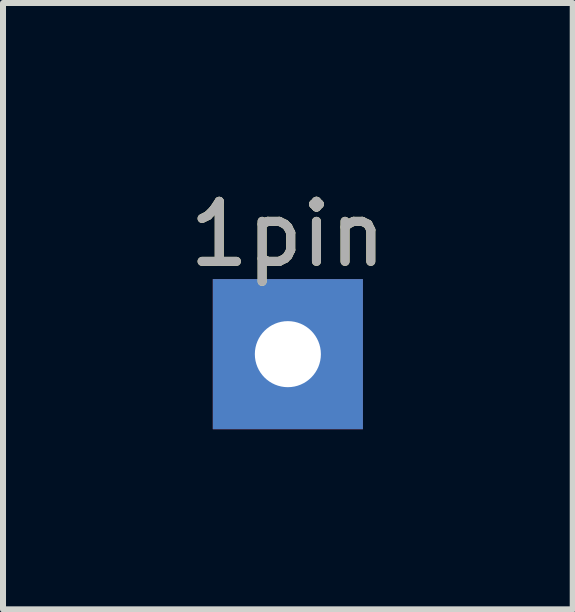
<source format=kicad_pcb>
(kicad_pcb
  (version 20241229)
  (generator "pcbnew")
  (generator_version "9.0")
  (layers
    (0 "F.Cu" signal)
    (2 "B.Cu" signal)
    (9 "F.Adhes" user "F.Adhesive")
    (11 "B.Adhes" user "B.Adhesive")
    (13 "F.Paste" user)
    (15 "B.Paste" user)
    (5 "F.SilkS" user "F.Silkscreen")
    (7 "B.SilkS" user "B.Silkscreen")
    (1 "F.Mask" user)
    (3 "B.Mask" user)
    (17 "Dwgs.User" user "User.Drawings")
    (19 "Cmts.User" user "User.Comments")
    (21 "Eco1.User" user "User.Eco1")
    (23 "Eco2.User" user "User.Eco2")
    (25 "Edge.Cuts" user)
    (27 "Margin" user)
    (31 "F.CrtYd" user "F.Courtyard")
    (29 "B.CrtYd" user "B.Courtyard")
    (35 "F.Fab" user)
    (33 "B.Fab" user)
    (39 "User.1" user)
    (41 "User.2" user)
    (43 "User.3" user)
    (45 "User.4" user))
  (footprint "1pin"
    (layer "F.Cu")
    (at 1.744 2.848)
    (property "Reference" "1pin" (at 0 -2 0) (unlocked yes) (layer "F.SilkS") (effects (font (size 1 1) (thickness 0.15))))
    (attr through_hole)
    (fp_text user "${REFERENCE}" (at 0 -2 0) (unlocked yes) (layer "F.Fab") (effects (font (size 1 1) (thickness 0.15))))
    (pad "1" thru_hole rect (at 0 0) (size 2.5 2.5) (drill 1.1) (layers "*.Cu" "*.Mask")))
  (gr_rect
    (start -3 -3)
    (end 6.488 7.098)
    (stroke (width 0.1) (type default))
    (fill no)
    (layer "Edge.Cuts")))
</source>
